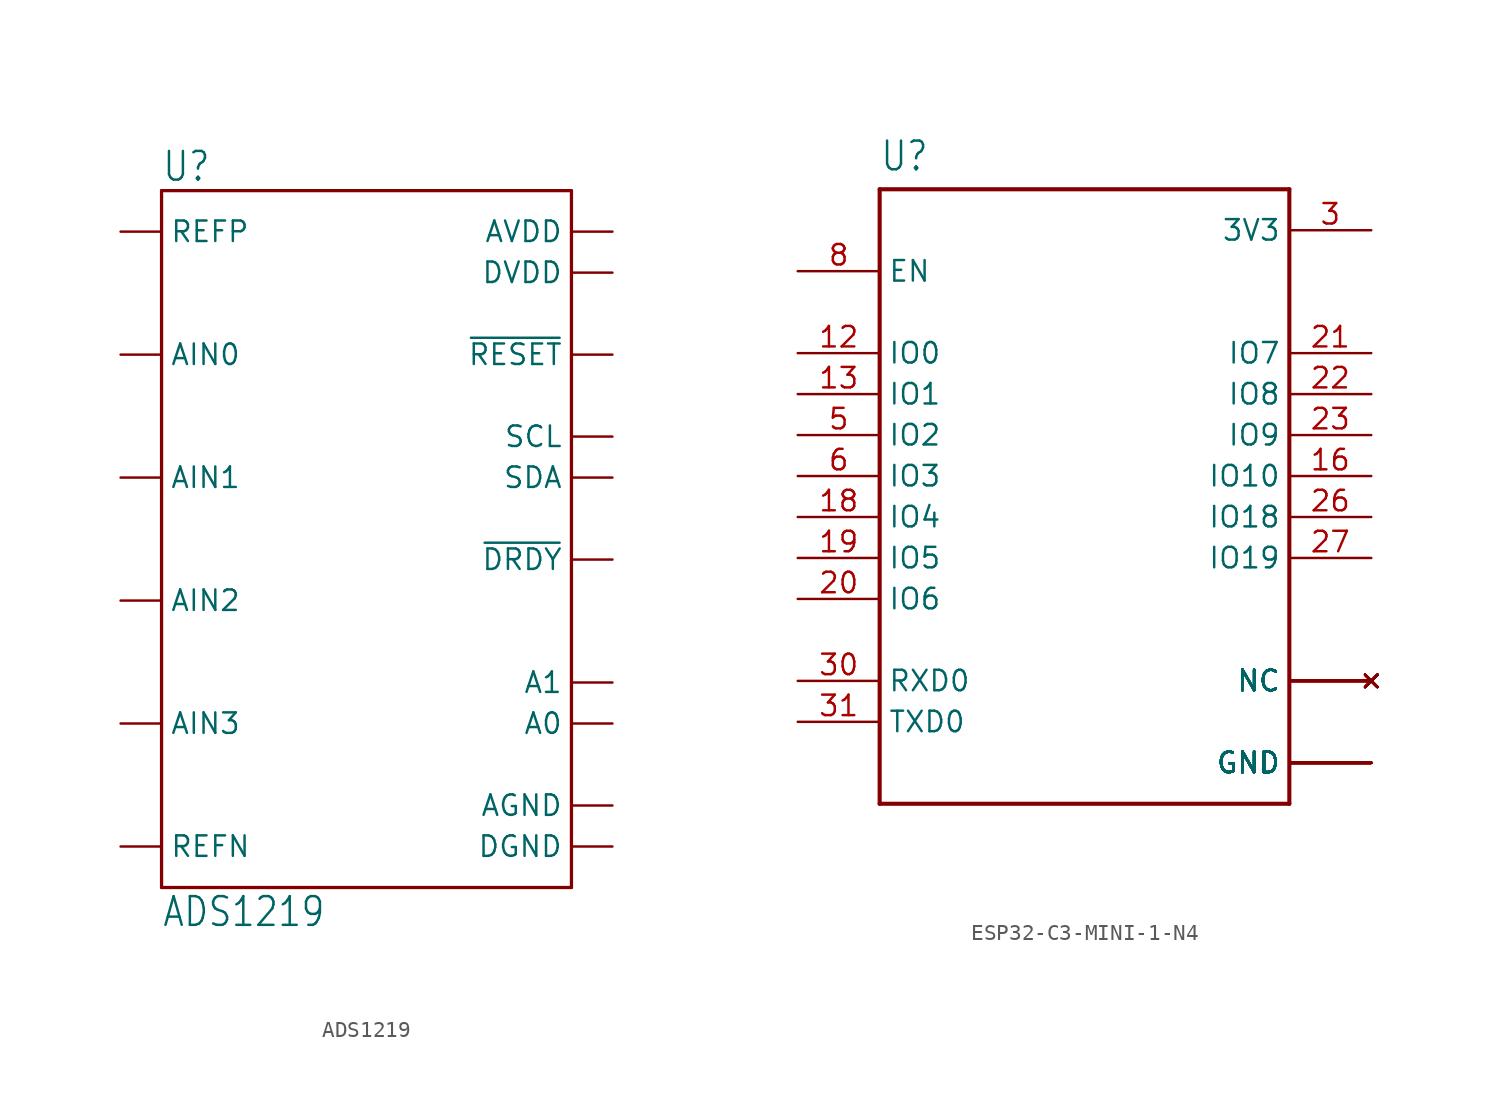
<source format=kicad_sym>
(kicad_symbol_lib
  (version 20220914)
  (generator kicad_symbol_editor)
  (symbol "ADS1219"
    (property "Reference" "U"
      (at -12.7 22.86 0)
      (effects (font (size 1.778 1.511)) (justify left top)))
    (property "Value" "ADS1219"
      (at -12.7 -25.4 0)
      (effects (font (size 1.778 1.511)) (justify left bottom)))
    (property "ki_locked" ""
      (at 0 0 0)
      (effects (font (size 1.27 1.27))))
    (symbol "ADS1219_1_0"
      (polyline (pts (xy -12.7 -22.86) (xy 12.7 -22.86)) (stroke (width 0.203) (type solid)) (fill (type none)))
      (polyline (pts (xy -12.7 20.32) (xy -12.7 -22.86)) (stroke (width 0.203) (type solid)) (fill (type none)))
      (polyline (pts (xy 12.7 -22.86) (xy 12.7 20.32)) (stroke (width 0.203) (type solid)) (fill (type none)))
      (polyline (pts (xy 12.7 20.32) (xy -12.7 20.32)) (stroke (width 0.203) (type solid)) (fill (type none)))
      (pin bidirectional line (at 15.24 -12.7 180) (length 2.54) (name "A0" (effects (font (size 1.27 1.27)))) (number "PIN1" (effects (font (size 0 0)))))
      (pin bidirectional line (at -15.24 2.54 0) (length 2.54) (name "AIN1" (effects (font (size 1.27 1.27)))) (number "PIN10" (effects (font (size 0 0)))))
      (pin bidirectional line (at -15.24 10.16 0) (length 2.54) (name "AIN0" (effects (font (size 1.27 1.27)))) (number "PIN11" (effects (font (size 0 0)))))
      (pin bidirectional line (at 15.24 17.78 180) (length 2.54) (name "AVDD" (effects (font (size 1.27 1.27)))) (number "PIN12" (effects (font (size 0 0)))))
      (pin bidirectional line (at 15.24 15.24 180) (length 2.54) (name "DVDD" (effects (font (size 1.27 1.27)))) (number "PIN13" (effects (font (size 0 0)))))
      (pin bidirectional line (at 15.24 -2.54 180) (length 2.54) (name "~{DRDY}" (effects (font (size 1.27 1.27)))) (number "PIN14" (effects (font (size 0 0)))))
      (pin bidirectional line (at 15.24 2.54 180) (length 2.54) (name "SDA" (effects (font (size 1.27 1.27)))) (number "PIN15" (effects (font (size 0 0)))))
      (pin bidirectional line (at 15.24 5.08 180) (length 2.54) (name "SCL" (effects (font (size 1.27 1.27)))) (number "PIN16" (effects (font (size 0 0)))))
      (pin bidirectional line (at 15.24 -10.16 180) (length 2.54) (name "A1" (effects (font (size 1.27 1.27)))) (number "PIN2" (effects (font (size 0 0)))))
      (pin bidirectional line (at 15.24 10.16 180) (length 2.54) (name "~{RESET}" (effects (font (size 1.27 1.27)))) (number "PIN3" (effects (font (size 0 0)))))
      (pin bidirectional line (at 15.24 -20.32 180) (length 2.54) (name "DGND" (effects (font (size 1.27 1.27)))) (number "PIN4" (effects (font (size 0 0)))))
      (pin bidirectional line (at 15.24 -17.78 180) (length 2.54) (name "AGND" (effects (font (size 1.27 1.27)))) (number "PIN5" (effects (font (size 0 0)))))
      (pin bidirectional line (at -15.24 -12.7 0) (length 2.54) (name "AIN3" (effects (font (size 1.27 1.27)))) (number "PIN6" (effects (font (size 0 0)))))
      (pin bidirectional line (at -15.24 -5.08 0) (length 2.54) (name "AIN2" (effects (font (size 1.27 1.27)))) (number "PIN7" (effects (font (size 0 0)))))
      (pin bidirectional line (at -15.24 -20.32 0) (length 2.54) (name "REFN" (effects (font (size 1.27 1.27)))) (number "PIN8" (effects (font (size 0 0)))))
      (pin bidirectional line (at -15.24 17.78 0) (length 2.54) (name "REFP" (effects (font (size 1.27 1.27)))) (number "PIN9" (effects (font (size 0 0)))))))
  (symbol "ESP32-C3-MINI-1-N4"
    (property "Reference" "U"
      (at -12.7 18.796 0)
      (effects (font (size 1.778 1.511)) (justify left bottom)))
    (property "Value" ""
      (at -12.7 -22.86 0)
      (effects (font (size 1.778 1.511)) (justify left bottom)))
    (property "ki_locked" ""
      (at 0 0 0)
      (effects (font (size 1.27 1.27))))
    (symbol "ESP32-C3-MINI-1-N4_1_0"
      (polyline (pts (xy -12.7 17.78) (xy -12.7 -20.32)) (stroke (width 0.254) (type solid)) (fill (type none)))
      (polyline (pts (xy -12.7 17.78) (xy 12.7 17.78)) (stroke (width 0.254) (type solid)) (fill (type none)))
      (polyline (pts (xy 12.7 -20.32) (xy -12.7 -20.32)) (stroke (width 0.254) (type solid)) (fill (type none)))
      (polyline (pts (xy 12.7 -20.32) (xy 12.7 17.78)) (stroke (width 0.254) (type solid)) (fill (type none)))
      (pin power_in line (at 17.78 -17.78 180) (length 5.08) (name "GND" (effects (font (size 1.27 1.27)))) (number "1" (effects (font (size 0 0)))))
      (pin no_connect line (at 17.78 -12.7 180) (length 5.08) (name "NC" (effects (font (size 1.27 1.27)))) (number "10" (effects (font (size 0 0)))))
      (pin power_in line (at 17.78 -17.78 180) (length 5.08) (name "GND" (effects (font (size 1.27 1.27)))) (number "11" (effects (font (size 0 0)))))
      (pin bidirectional line (at -17.78 7.62 0) (length 5.08) (name "IO0" (effects (font (size 1.27 1.27)))) (number "12" (effects (font (size 1.27 1.27)))))
      (pin bidirectional line (at -17.78 5.08 0) (length 5.08) (name "IO1" (effects (font (size 1.27 1.27)))) (number "13" (effects (font (size 1.27 1.27)))))
      (pin power_in line (at 17.78 -17.78 180) (length 5.08) (name "GND" (effects (font (size 1.27 1.27)))) (number "14" (effects (font (size 0 0)))))
      (pin no_connect line (at 17.78 -12.7 180) (length 5.08) (name "NC" (effects (font (size 1.27 1.27)))) (number "15" (effects (font (size 0 0)))))
      (pin bidirectional line (at 17.78 0 180) (length 5.08) (name "IO10" (effects (font (size 1.27 1.27)))) (number "16" (effects (font (size 1.27 1.27)))))
      (pin no_connect line (at 17.78 -12.7 180) (length 5.08) (name "NC" (effects (font (size 1.27 1.27)))) (number "17" (effects (font (size 0 0)))))
      (pin bidirectional line (at -17.78 -2.54 0) (length 5.08) (name "IO4" (effects (font (size 1.27 1.27)))) (number "18" (effects (font (size 1.27 1.27)))))
      (pin bidirectional line (at -17.78 -5.08 0) (length 5.08) (name "IO5" (effects (font (size 1.27 1.27)))) (number "19" (effects (font (size 1.27 1.27)))))
      (pin power_in line (at 17.78 -17.78 180) (length 5.08) (name "GND" (effects (font (size 1.27 1.27)))) (number "2" (effects (font (size 0 0)))))
      (pin bidirectional line (at -17.78 -7.62 0) (length 5.08) (name "IO6" (effects (font (size 1.27 1.27)))) (number "20" (effects (font (size 1.27 1.27)))))
      (pin bidirectional line (at 17.78 7.62 180) (length 5.08) (name "IO7" (effects (font (size 1.27 1.27)))) (number "21" (effects (font (size 1.27 1.27)))))
      (pin bidirectional line (at 17.78 5.08 180) (length 5.08) (name "IO8" (effects (font (size 1.27 1.27)))) (number "22" (effects (font (size 1.27 1.27)))))
      (pin bidirectional line (at 17.78 2.54 180) (length 5.08) (name "IO9" (effects (font (size 1.27 1.27)))) (number "23" (effects (font (size 1.27 1.27)))))
      (pin no_connect line (at 17.78 -12.7 180) (length 5.08) (name "NC" (effects (font (size 1.27 1.27)))) (number "24" (effects (font (size 0 0)))))
      (pin no_connect line (at 17.78 -12.7 180) (length 5.08) (name "NC" (effects (font (size 1.27 1.27)))) (number "25" (effects (font (size 0 0)))))
      (pin bidirectional line (at 17.78 -2.54 180) (length 5.08) (name "IO18" (effects (font (size 1.27 1.27)))) (number "26" (effects (font (size 1.27 1.27)))))
      (pin bidirectional line (at 17.78 -5.08 180) (length 5.08) (name "IO19" (effects (font (size 1.27 1.27)))) (number "27" (effects (font (size 1.27 1.27)))))
      (pin no_connect line (at 17.78 -12.7 180) (length 5.08) (name "NC" (effects (font (size 1.27 1.27)))) (number "28" (effects (font (size 0 0)))))
      (pin no_connect line (at 17.78 -12.7 180) (length 5.08) (name "NC" (effects (font (size 1.27 1.27)))) (number "29" (effects (font (size 0 0)))))
      (pin power_in line (at 17.78 15.24 180) (length 5.08) (name "3V3" (effects (font (size 1.27 1.27)))) (number "3" (effects (font (size 1.27 1.27)))))
      (pin bidirectional line (at -17.78 -12.7 0) (length 5.08) (name "RXD0" (effects (font (size 1.27 1.27)))) (number "30" (effects (font (size 1.27 1.27)))))
      (pin bidirectional line (at -17.78 -15.24 0) (length 5.08) (name "TXD0" (effects (font (size 1.27 1.27)))) (number "31" (effects (font (size 1.27 1.27)))))
      (pin no_connect line (at 17.78 -12.7 180) (length 5.08) (name "NC" (effects (font (size 1.27 1.27)))) (number "32" (effects (font (size 0 0)))))
      (pin no_connect line (at 17.78 -12.7 180) (length 5.08) (name "NC" (effects (font (size 1.27 1.27)))) (number "33" (effects (font (size 0 0)))))
      (pin no_connect line (at 17.78 -12.7 180) (length 5.08) (name "NC" (effects (font (size 1.27 1.27)))) (number "34" (effects (font (size 0 0)))))
      (pin no_connect line (at 17.78 -12.7 180) (length 5.08) (name "NC" (effects (font (size 1.27 1.27)))) (number "35" (effects (font (size 0 0)))))
      (pin power_in line (at 17.78 -17.78 180) (length 5.08) (name "GND" (effects (font (size 1.27 1.27)))) (number "36" (effects (font (size 0 0)))))
      (pin power_in line (at 17.78 -17.78 180) (length 5.08) (name "GND" (effects (font (size 1.27 1.27)))) (number "37" (effects (font (size 0 0)))))
      (pin power_in line (at 17.78 -17.78 180) (length 5.08) (name "GND" (effects (font (size 1.27 1.27)))) (number "38" (effects (font (size 0 0)))))
      (pin power_in line (at 17.78 -17.78 180) (length 5.08) (name "GND" (effects (font (size 1.27 1.27)))) (number "39" (effects (font (size 0 0)))))
      (pin no_connect line (at 17.78 -12.7 180) (length 5.08) (name "NC" (effects (font (size 1.27 1.27)))) (number "4" (effects (font (size 0 0)))))
      (pin power_in line (at 17.78 -17.78 180) (length 5.08) (name "GND" (effects (font (size 1.27 1.27)))) (number "40" (effects (font (size 0 0)))))
      (pin power_in line (at 17.78 -17.78 180) (length 5.08) (name "GND" (effects (font (size 1.27 1.27)))) (number "41" (effects (font (size 0 0)))))
      (pin power_in line (at 17.78 -17.78 180) (length 5.08) (name "GND" (effects (font (size 1.27 1.27)))) (number "42" (effects (font (size 0 0)))))
      (pin power_in line (at 17.78 -17.78 180) (length 5.08) (name "GND" (effects (font (size 1.27 1.27)))) (number "43" (effects (font (size 0 0)))))
      (pin power_in line (at 17.78 -17.78 180) (length 5.08) (name "GND" (effects (font (size 1.27 1.27)))) (number "44" (effects (font (size 0 0)))))
      (pin power_in line (at 17.78 -17.78 180) (length 5.08) (name "GND" (effects (font (size 1.27 1.27)))) (number "45" (effects (font (size 0 0)))))
      (pin power_in line (at 17.78 -17.78 180) (length 5.08) (name "GND" (effects (font (size 1.27 1.27)))) (number "46" (effects (font (size 0 0)))))
      (pin power_in line (at 17.78 -17.78 180) (length 5.08) (name "GND" (effects (font (size 1.27 1.27)))) (number "47" (effects (font (size 0 0)))))
      (pin power_in line (at 17.78 -17.78 180) (length 5.08) (name "GND" (effects (font (size 1.27 1.27)))) (number "48" (effects (font (size 0 0)))))
      (pin power_in line (at 17.78 -17.78 180) (length 5.08) (name "GND" (effects (font (size 1.27 1.27)))) (number "49_1" (effects (font (size 0 0)))))
      (pin power_in line (at 17.78 -17.78 180) (length 5.08) (name "GND" (effects (font (size 1.27 1.27)))) (number "49_2" (effects (font (size 0 0)))))
      (pin power_in line (at 17.78 -17.78 180) (length 5.08) (name "GND" (effects (font (size 1.27 1.27)))) (number "49_3" (effects (font (size 0 0)))))
      (pin power_in line (at 17.78 -17.78 180) (length 5.08) (name "GND" (effects (font (size 1.27 1.27)))) (number "49_4" (effects (font (size 0 0)))))
      (pin power_in line (at 17.78 -17.78 180) (length 5.08) (name "GND" (effects (font (size 1.27 1.27)))) (number "49_5" (effects (font (size 0 0)))))
      (pin power_in line (at 17.78 -17.78 180) (length 5.08) (name "GND" (effects (font (size 1.27 1.27)))) (number "49_6" (effects (font (size 0 0)))))
      (pin power_in line (at 17.78 -17.78 180) (length 5.08) (name "GND" (effects (font (size 1.27 1.27)))) (number "49_7" (effects (font (size 0 0)))))
      (pin power_in line (at 17.78 -17.78 180) (length 5.08) (name "GND" (effects (font (size 1.27 1.27)))) (number "49_8" (effects (font (size 0 0)))))
      (pin power_in line (at 17.78 -17.78 180) (length 5.08) (name "GND" (effects (font (size 1.27 1.27)))) (number "49_9" (effects (font (size 0 0)))))
      (pin bidirectional line (at -17.78 2.54 0) (length 5.08) (name "IO2" (effects (font (size 1.27 1.27)))) (number "5" (effects (font (size 1.27 1.27)))))
      (pin power_in line (at 17.78 -17.78 180) (length 5.08) (name "GND" (effects (font (size 1.27 1.27)))) (number "50" (effects (font (size 0 0)))))
      (pin power_in line (at 17.78 -17.78 180) (length 5.08) (name "GND" (effects (font (size 1.27 1.27)))) (number "51" (effects (font (size 0 0)))))
      (pin power_in line (at 17.78 -17.78 180) (length 5.08) (name "GND" (effects (font (size 1.27 1.27)))) (number "52" (effects (font (size 0 0)))))
      (pin power_in line (at 17.78 -17.78 180) (length 5.08) (name "GND" (effects (font (size 1.27 1.27)))) (number "53" (effects (font (size 0 0)))))
      (pin bidirectional line (at -17.78 0 0) (length 5.08) (name "IO3" (effects (font (size 1.27 1.27)))) (number "6" (effects (font (size 1.27 1.27)))))
      (pin no_connect line (at 17.78 -12.7 180) (length 5.08) (name "NC" (effects (font (size 1.27 1.27)))) (number "7" (effects (font (size 0 0)))))
      (pin input line (at -17.78 12.7 0) (length 5.08) (name "EN" (effects (font (size 1.27 1.27)))) (number "8" (effects (font (size 1.27 1.27)))))
      (pin no_connect line (at 17.78 -12.7 180) (length 5.08) (name "NC" (effects (font (size 1.27 1.27)))) (number "9" (effects (font (size 0 0))))))))
</source>
